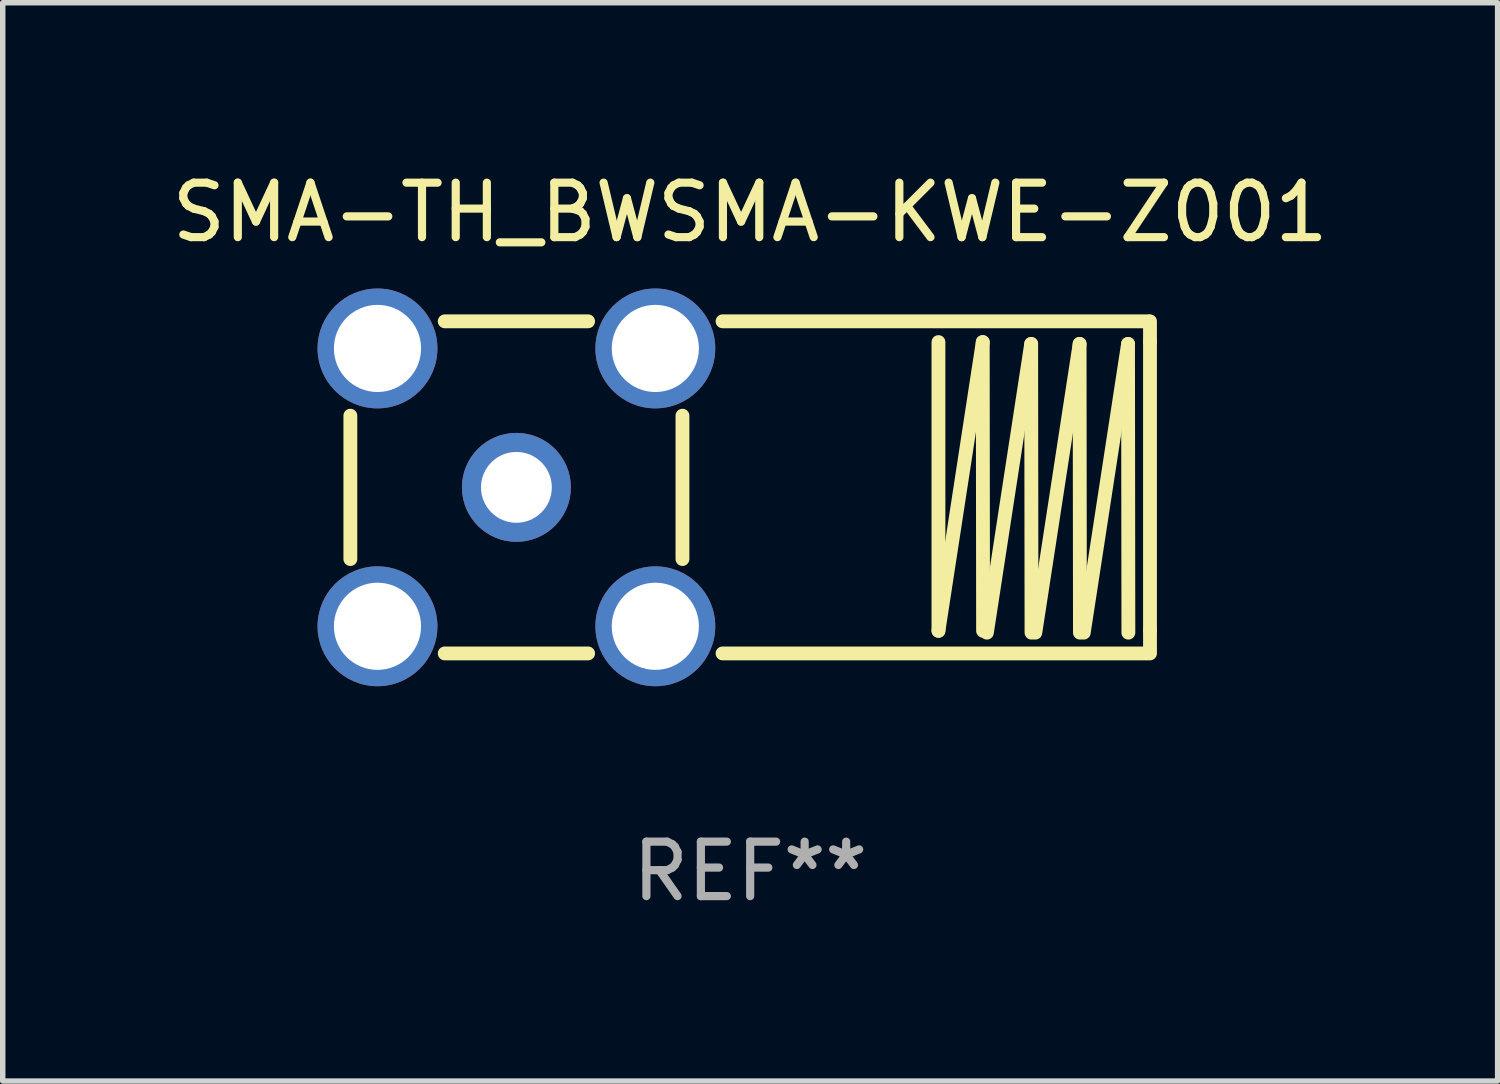
<source format=kicad_pcb>
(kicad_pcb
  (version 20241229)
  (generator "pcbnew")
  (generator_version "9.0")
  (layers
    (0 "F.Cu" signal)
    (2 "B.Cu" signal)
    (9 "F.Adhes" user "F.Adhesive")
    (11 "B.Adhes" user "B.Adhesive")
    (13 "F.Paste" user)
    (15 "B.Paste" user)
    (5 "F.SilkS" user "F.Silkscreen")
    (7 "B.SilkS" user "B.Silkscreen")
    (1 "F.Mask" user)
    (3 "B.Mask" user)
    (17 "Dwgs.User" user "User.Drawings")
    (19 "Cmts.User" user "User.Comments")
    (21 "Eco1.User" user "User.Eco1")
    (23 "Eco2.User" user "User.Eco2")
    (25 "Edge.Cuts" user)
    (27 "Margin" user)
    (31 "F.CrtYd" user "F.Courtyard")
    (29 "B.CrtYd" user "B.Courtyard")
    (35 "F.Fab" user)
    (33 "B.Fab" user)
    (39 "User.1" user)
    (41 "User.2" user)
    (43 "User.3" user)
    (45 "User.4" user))
  (footprint "SMA-TH_BWSMA-KWE-Z001"
    (layer "F.Cu")
    (at 6.429 5.896)
    (property "Reference" "SMA-TH_BWSMA-KWE-Z001" (at 4.291 -5.048 0) (layer "F.SilkS") (effects (font (size 1 1) (thickness 0.15))))
    (attr through_hole)
    (fp_line (start -3.048 -1.316) (end -3.048 1.316) (stroke (width 0.254) (type solid)) (layer "F.SilkS"))
    (fp_line (start -1.316 3.048) (end 1.316 3.048) (stroke (width 0.254) (type solid)) (layer "F.SilkS"))
    (fp_line (start 1.316 -3.048) (end -1.316 -3.048) (stroke (width 0.254) (type solid)) (layer "F.SilkS"))
    (fp_line (start 3.048 1.316) (end 3.048 -1.316) (stroke (width 0.254) (type solid)) (layer "F.SilkS"))
    (fp_line (start 3.784 -3.048) (end 11.6 -3.048) (stroke (width 0.254) (type solid)) (layer "F.SilkS"))
    (fp_line (start 3.784 3.048) (end 11.63 3.048) (stroke (width 0.254) (type solid)) (layer "F.SilkS"))
    (fp_line (start 7.747 -2.667) (end 7.747 2.633) (stroke (width 0.254) (type solid)) (layer "F.SilkS"))
    (fp_line (start 7.747 2.633) (end 8.56 -2.667) (stroke (width 0.254) (type solid)) (layer "F.SilkS"))
    (fp_line (start 8.56 -2.667) (end 8.566 2.633) (stroke (width 0.254) (type solid)) (layer "F.SilkS"))
    (fp_line (start 8.636 2.667) (end 9.449 -2.633) (stroke (width 0.254) (type solid)) (layer "F.SilkS"))
    (fp_line (start 9.449 -2.633) (end 9.455 2.667) (stroke (width 0.254) (type solid)) (layer "F.SilkS"))
    (fp_line (start 9.525 2.667) (end 10.338 -2.633) (stroke (width 0.254) (type solid)) (layer "F.SilkS"))
    (fp_line (start 10.338 -2.633) (end 10.344 2.667) (stroke (width 0.254) (type solid)) (layer "F.SilkS"))
    (fp_line (start 10.414 2.667) (end 11.227 -2.633) (stroke (width 0.254) (type solid)) (layer "F.SilkS"))
    (fp_line (start 11.227 -2.633) (end 11.233 2.667) (stroke (width 0.254) (type solid)) (layer "F.SilkS"))
    (fp_line (start 11.63 -2.68) (end 11.63 -3.048) (stroke (width 0.254) (type solid)) (layer "F.SilkS"))
    (fp_line (start 11.63 -2.68) (end 11.63 2.62) (stroke (width 0.254) (type solid)) (layer "F.SilkS"))
    (fp_line (start 11.63 2.62) (end 11.63 3) (stroke (width 0.254) (type solid)) (layer "F.SilkS"))
    (fp_circle (center -3 3.017) (end -2.97 3.017) (stroke (width 0.06) (type solid)) (fill no) (layer "F.SilkS"))
    (fp_text user "REF**" (at 4.291 7.048 0) (layer "F.Fab") (effects (font (size 1 1) (thickness 0.15))))
    (pad "1" thru_hole circle (at -2.55 2.55) (size 2.2 2.2) (drill 1.6) (layers "*.Cu" "*.Mask"))
    (pad "2" thru_hole circle (at -2.55 -2.55) (size 2.2 2.2) (drill 1.6) (layers "*.Cu" "*.Mask"))
    (pad "3" thru_hole circle (at 2.55 -2.55) (size 2.2 2.2) (drill 1.6) (layers "*.Cu" "*.Mask"))
    (pad "4" thru_hole circle (at 2.55 2.55) (size 2.2 2.2) (drill 1.6) (layers "*.Cu" "*.Mask"))
    (pad "5" thru_hole circle (at -0.000127 -0.000127) (size 2 2) (drill 1.3) (layers "*.Cu" "*.Mask")))
  (gr_rect
    (start -3 -3)
    (end 24.44 16.793)
    (stroke (width 0.1) (type default))
    (fill no)
    (layer "Edge.Cuts")))
</source>
